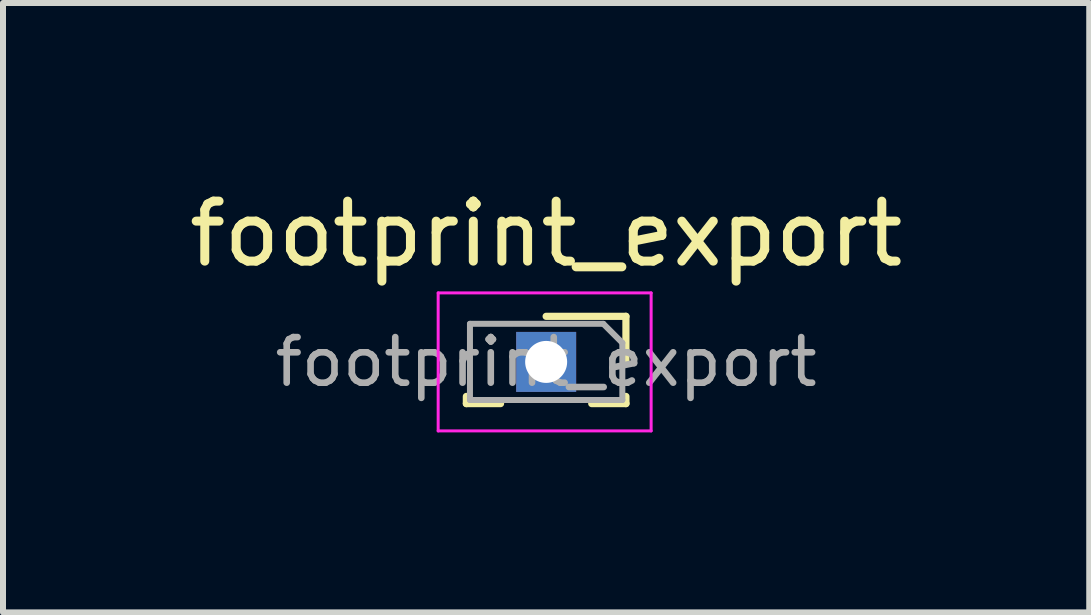
<source format=kicad_pcb>
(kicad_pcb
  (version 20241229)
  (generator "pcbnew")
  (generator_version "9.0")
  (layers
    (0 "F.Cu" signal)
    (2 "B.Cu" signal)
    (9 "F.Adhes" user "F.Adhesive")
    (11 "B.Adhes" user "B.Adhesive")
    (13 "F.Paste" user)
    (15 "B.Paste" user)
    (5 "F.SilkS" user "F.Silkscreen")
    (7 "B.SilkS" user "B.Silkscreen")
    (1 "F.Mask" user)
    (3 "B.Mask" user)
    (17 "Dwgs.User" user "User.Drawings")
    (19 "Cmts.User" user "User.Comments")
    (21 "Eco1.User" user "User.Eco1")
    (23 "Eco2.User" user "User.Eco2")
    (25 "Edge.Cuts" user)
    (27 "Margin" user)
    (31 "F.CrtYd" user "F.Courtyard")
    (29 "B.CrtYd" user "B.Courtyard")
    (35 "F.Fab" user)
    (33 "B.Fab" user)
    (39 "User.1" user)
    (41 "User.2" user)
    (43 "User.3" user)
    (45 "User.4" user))
  (footprint "footprint_export"
    (layer "F.Cu")
    (at 6.054 2.983)
    (property "Reference" "footprint_export" (at 0 -2.135 0) (layer "F.SilkS") (effects (font (size 1 1) (thickness 0.15))))
    (attr through_hole)
    (fp_line (start -1.33 0.575) (end -1.33 0.695) (stroke (width 0.12) (type solid)) (layer "F.SilkS"))
    (fp_line (start -1.33 0.695) (end -0.76 0.695) (stroke (width 0.12) (type solid)) (layer "F.SilkS"))
    (fp_line (start 0 -0.76) (end 1.33 -0.76) (stroke (width 0.12) (type solid)) (layer "F.SilkS"))
    (fp_line (start 0.76 0.695) (end 1.33 0.695) (stroke (width 0.12) (type solid)) (layer "F.SilkS"))
    (fp_line (start 1.33 -0.76) (end 1.33 0) (stroke (width 0.12) (type solid)) (layer "F.SilkS"))
    (fp_line (start 1.33 0.575) (end 1.33 0.695) (stroke (width 0.12) (type solid)) (layer "F.SilkS"))
    (fp_line (start -1.8 -1.15) (end 1.75 -1.15) (stroke (width 0.05) (type solid)) (layer "F.CrtYd"))
    (fp_line (start -1.8 1.15) (end -1.8 -1.15) (stroke (width 0.05) (type solid)) (layer "F.CrtYd"))
    (fp_line (start 1.75 -1.15) (end 1.75 1.15) (stroke (width 0.05) (type solid)) (layer "F.CrtYd"))
    (fp_line (start 1.75 1.15) (end -1.8 1.15) (stroke (width 0.05) (type solid)) (layer "F.CrtYd"))
    (fp_line (start -1.27 -0.635) (end 0.953 -0.635) (stroke (width 0.1) (type solid)) (layer "F.Fab"))
    (fp_line (start -1.27 0.635) (end -1.27 -0.635) (stroke (width 0.1) (type solid)) (layer "F.Fab"))
    (fp_line (start 0.953 -0.635) (end 1.27 -0.318) (stroke (width 0.1) (type solid)) (layer "F.Fab"))
    (fp_line (start 1.27 -0.318) (end 1.27 0.635) (stroke (width 0.1) (type solid)) (layer "F.Fab"))
    (fp_line (start 1.27 0.635) (end -1.27 0.635) (stroke (width 0.1) (type solid)) (layer "F.Fab"))
    (fp_text user "${REFERENCE}" (at 0 0 0) (layer "F.Fab") (effects (font (size 0.76 0.76) (thickness 0.11))))
    (pad "1" thru_hole rect (at 0 0) (size 1 1) (drill 0.7) (layers "*.Cu" "*.Mask")))
  (gr_rect
    (start -3 -3)
    (end 15.107 7.158)
    (stroke (width 0.1) (type default))
    (fill no)
    (layer "Edge.Cuts")))
</source>
